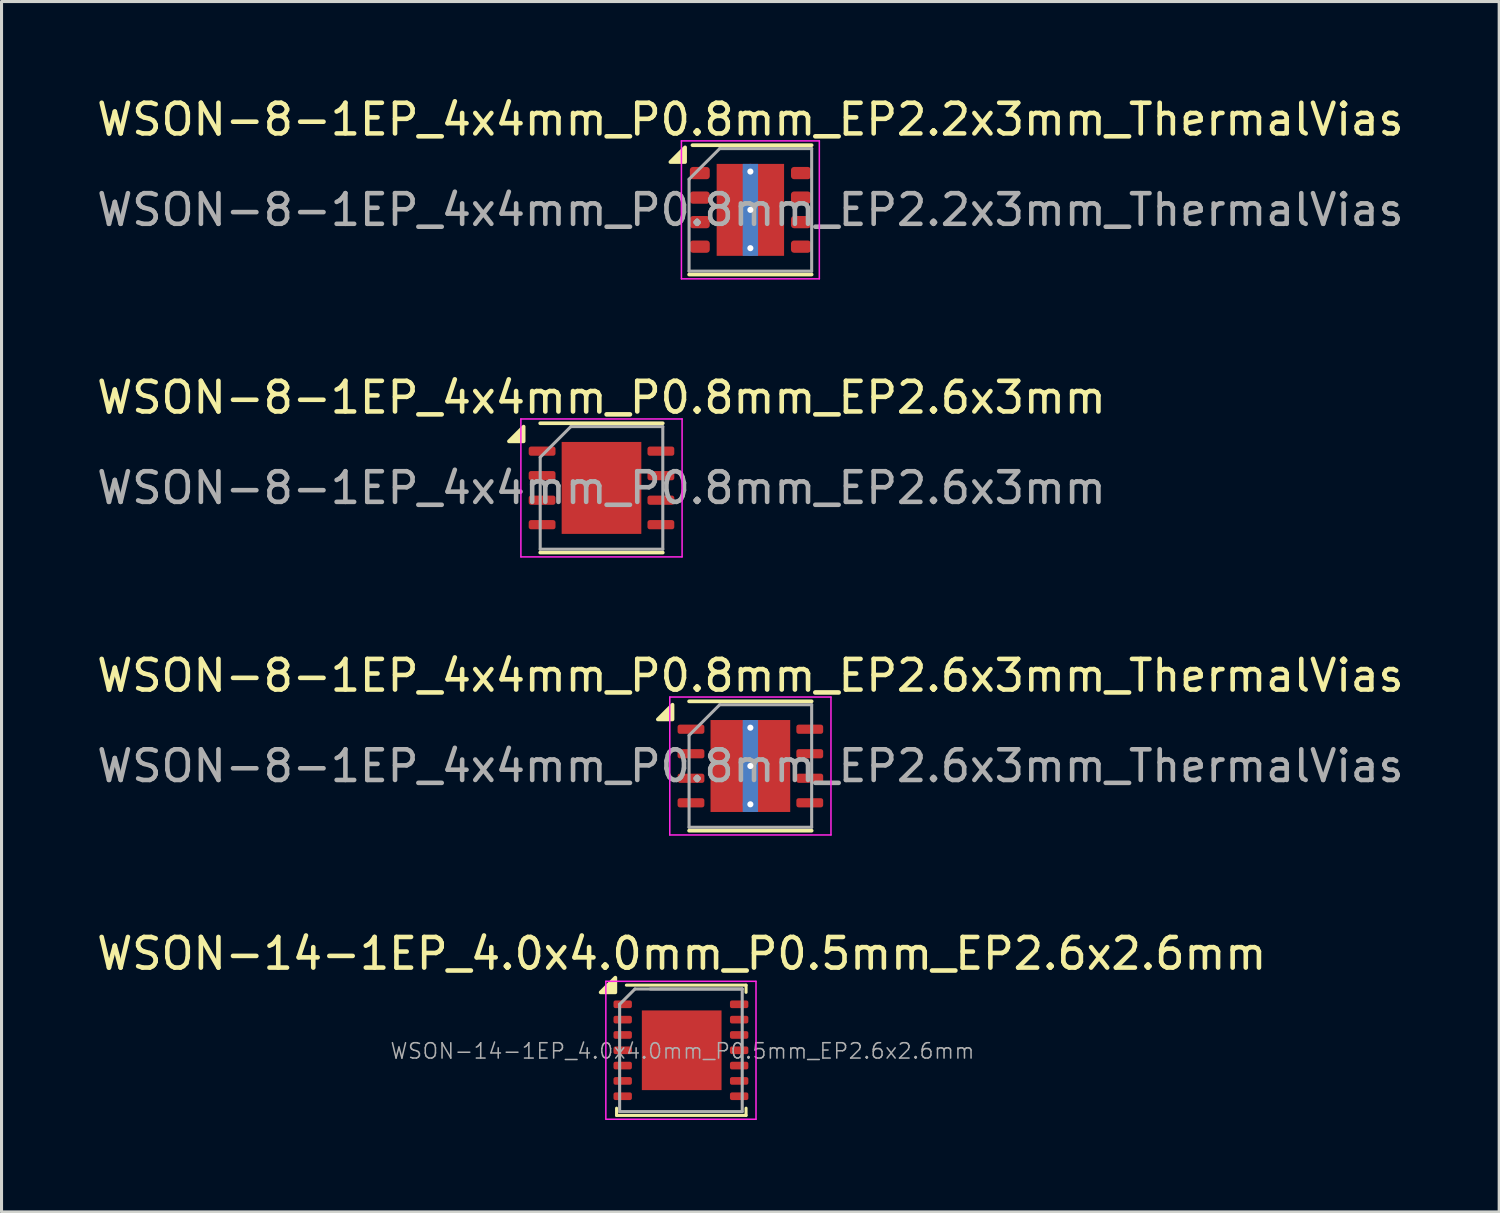
<source format=kicad_pcb>
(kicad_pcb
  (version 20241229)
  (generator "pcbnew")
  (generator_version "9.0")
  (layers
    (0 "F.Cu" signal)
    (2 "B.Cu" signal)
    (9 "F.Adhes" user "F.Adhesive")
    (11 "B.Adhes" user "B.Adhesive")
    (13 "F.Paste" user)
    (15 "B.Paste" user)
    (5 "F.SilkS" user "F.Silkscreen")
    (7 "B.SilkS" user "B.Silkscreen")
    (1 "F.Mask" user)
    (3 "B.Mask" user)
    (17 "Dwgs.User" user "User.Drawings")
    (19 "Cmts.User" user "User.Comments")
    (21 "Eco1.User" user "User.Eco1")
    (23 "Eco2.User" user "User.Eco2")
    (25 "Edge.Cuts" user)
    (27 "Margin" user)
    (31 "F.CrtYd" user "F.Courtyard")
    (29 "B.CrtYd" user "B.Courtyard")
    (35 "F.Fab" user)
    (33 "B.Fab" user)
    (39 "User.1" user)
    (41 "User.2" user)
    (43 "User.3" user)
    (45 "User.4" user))
  (footprint "WSON-8-1EP_4x4mm_P0.8mm_EP2.6x3mm_ThermalVias"
    (layer "F.Cu")
    (at 21.435 21.945)
    (property "Reference" "WSON-8-1EP_4x4mm_P0.8mm_EP2.6x3mm_ThermalVias" (at 0 -2.95 0) (layer "F.SilkS") (effects (font (size 1 1) (thickness 0.15))))
    (attr smd)
    (fp_line (start -2 -2.11) (end 2 -2.11) (stroke (width 0.12) (type solid)) (layer "F.SilkS"))
    (fp_line (start -2 2.11) (end 2 2.11) (stroke (width 0.12) (type solid)) (layer "F.SilkS"))
    (fp_poly (pts (xy -2.54 -1.52) (xy -3.02 -1.52) (xy -2.54 -2) (xy -2.54 -1.52)) (stroke (width 0.12) (type solid)) (fill yes) (layer "F.SilkS"))
    (fp_line (start -2.63 -2.25) (end -2.63 2.25) (stroke (width 0.05) (type solid)) (layer "F.CrtYd"))
    (fp_line (start -2.63 2.25) (end 2.63 2.25) (stroke (width 0.05) (type solid)) (layer "F.CrtYd"))
    (fp_line (start 2.63 -2.25) (end -2.63 -2.25) (stroke (width 0.05) (type solid)) (layer "F.CrtYd"))
    (fp_line (start 2.63 2.25) (end 2.63 -2.25) (stroke (width 0.05) (type solid)) (layer "F.CrtYd"))
    (fp_line (start -2 -1) (end -1 -2) (stroke (width 0.1) (type solid)) (layer "F.Fab"))
    (fp_line (start -2 2) (end -2 -1) (stroke (width 0.1) (type solid)) (layer "F.Fab"))
    (fp_line (start -1 -2) (end 2 -2) (stroke (width 0.1) (type solid)) (layer "F.Fab"))
    (fp_line (start 2 -2) (end 2 2) (stroke (width 0.1) (type solid)) (layer "F.Fab"))
    (fp_line (start 2 2) (end -2 2) (stroke (width 0.1) (type solid)) (layer "F.Fab"))
    (fp_text user "${REFERENCE}" (at 0 0 0) (layer "F.Fab") (effects (font (size 1 1) (thickness 0.15))))
    (pad "" smd roundrect (at -0.65 -0.625) (size 1.048 1.008) (layers "F.Paste") (roundrect_rratio 0.248))
    (pad "" smd roundrect (at -0.65 0.625) (size 1.048 1.008) (layers "F.Paste") (roundrect_rratio 0.248))
    (pad "" smd roundrect (at 0.65 -0.625) (size 1.048 1.008) (layers "F.Paste") (roundrect_rratio 0.248))
    (pad "" smd roundrect (at 0.65 0.625) (size 1.048 1.008) (layers "F.Paste") (roundrect_rratio 0.248))
    (pad "1" smd roundrect (at -1.938 -1.2) (size 0.875 0.3) (layers "F.Cu" "F.Mask" "F.Paste") (roundrect_rratio 0.25))
    (pad "2" smd roundrect (at -1.938 -0.4) (size 0.875 0.3) (layers "F.Cu" "F.Mask" "F.Paste") (roundrect_rratio 0.25))
    (pad "3" smd roundrect (at -1.938 0.4) (size 0.875 0.3) (layers "F.Cu" "F.Mask" "F.Paste") (roundrect_rratio 0.25))
    (pad "4" smd roundrect (at -1.938 1.2) (size 0.875 0.3) (layers "F.Cu" "F.Mask" "F.Paste") (roundrect_rratio 0.25))
    (pad "5" smd roundrect (at 1.938 1.2) (size 0.875 0.3) (layers "F.Cu" "F.Mask" "F.Paste") (roundrect_rratio 0.25))
    (pad "6" smd roundrect (at 1.938 0.4) (size 0.875 0.3) (layers "F.Cu" "F.Mask" "F.Paste") (roundrect_rratio 0.25))
    (pad "7" smd roundrect (at 1.938 -0.4) (size 0.875 0.3) (layers "F.Cu" "F.Mask" "F.Paste") (roundrect_rratio 0.25))
    (pad "8" smd roundrect (at 1.938 -1.2) (size 0.875 0.3) (layers "F.Cu" "F.Mask" "F.Paste") (roundrect_rratio 0.25))
    (pad "9" thru_hole circle (at 0 -1.25) (size 0.5 0.5) (drill 0.2) (property pad_prop_heatsink) (layers "*.Cu"))
    (pad "9" thru_hole circle (at 0 0) (size 0.5 0.5) (drill 0.2) (property pad_prop_heatsink) (layers "*.Cu"))
    (pad "9" smd rect (at 0 0) (size 0.5 3) (property pad_prop_heatsink) (layers "B.Cu"))
    (pad "9" smd rect (at 0 0) (size 2.6 3) (property pad_prop_heatsink) (layers "F.Cu" "F.Mask"))
    (pad "9" thru_hole circle (at 0 1.25) (size 0.5 0.5) (drill 0.2) (property pad_prop_heatsink) (layers "*.Cu")))
  (footprint "WSON-8-1EP_4x4mm_P0.8mm_EP2.2x3mm_ThermalVias"
    (layer "F.Cu")
    (at 21.435 3.798)
    (property "Reference" "WSON-8-1EP_4x4mm_P0.8mm_EP2.2x3mm_ThermalVias" (at 0 -2.95 0) (layer "F.SilkS") (effects (font (size 1 1) (thickness 0.15))))
    (attr smd)
    (fp_line (start -2 2.11) (end 2 2.11) (stroke (width 0.12) (type solid)) (layer "F.SilkS"))
    (fp_line (start -1.89 -2.11) (end 2 -2.11) (stroke (width 0.12) (type solid)) (layer "F.SilkS"))
    (fp_poly (pts (xy -2.13 -1.56) (xy -2.61 -1.56) (xy -2.13 -2.04) (xy -2.13 -1.56)) (stroke (width 0.12) (type solid)) (fill yes) (layer "F.SilkS"))
    (fp_line (start -2.25 -2.25) (end -2.25 2.25) (stroke (width 0.05) (type solid)) (layer "F.CrtYd"))
    (fp_line (start -2.25 2.25) (end 2.25 2.25) (stroke (width 0.05) (type solid)) (layer "F.CrtYd"))
    (fp_line (start 2.25 -2.25) (end -2.25 -2.25) (stroke (width 0.05) (type solid)) (layer "F.CrtYd"))
    (fp_line (start 2.25 2.25) (end 2.25 -2.25) (stroke (width 0.05) (type solid)) (layer "F.CrtYd"))
    (fp_line (start -2 -1) (end -1 -2) (stroke (width 0.1) (type solid)) (layer "F.Fab"))
    (fp_line (start -2 2) (end -2 -1) (stroke (width 0.1) (type solid)) (layer "F.Fab"))
    (fp_line (start -1 -2) (end 2 -2) (stroke (width 0.1) (type solid)) (layer "F.Fab"))
    (fp_line (start 2 -2) (end 2 2) (stroke (width 0.1) (type solid)) (layer "F.Fab"))
    (fp_line (start 2 2) (end -2 2) (stroke (width 0.1) (type solid)) (layer "F.Fab"))
    (fp_text user "${REFERENCE}" (at 0 0 0) (layer "F.Fab") (effects (font (size 1 1) (thickness 0.15))))
    (pad "" smd roundrect (at -0.55 -0.625) (size 0.887 1.008) (layers "F.Paste") (roundrect_rratio 0.25))
    (pad "" smd roundrect (at -0.55 0.625) (size 0.887 1.008) (layers "F.Paste") (roundrect_rratio 0.25))
    (pad "" smd roundrect (at 0.55 -0.625) (size 0.887 1.008) (layers "F.Paste") (roundrect_rratio 0.25))
    (pad "" smd roundrect (at 0.55 0.625) (size 0.887 1.008) (layers "F.Paste") (roundrect_rratio 0.25))
    (pad "1" smd roundrect (at -1.65 -1.2) (size 0.65 0.4) (layers "F.Cu" "F.Mask" "F.Paste") (roundrect_rratio 0.25))
    (pad "2" smd roundrect (at -1.65 -0.4) (size 0.65 0.4) (layers "F.Cu" "F.Mask" "F.Paste") (roundrect_rratio 0.25))
    (pad "3" smd roundrect (at -1.65 0.4) (size 0.65 0.4) (layers "F.Cu" "F.Mask" "F.Paste") (roundrect_rratio 0.25))
    (pad "4" smd roundrect (at -1.65 1.2) (size 0.65 0.4) (layers "F.Cu" "F.Mask" "F.Paste") (roundrect_rratio 0.25))
    (pad "5" smd roundrect (at 1.65 1.2) (size 0.65 0.4) (layers "F.Cu" "F.Mask" "F.Paste") (roundrect_rratio 0.25))
    (pad "6" smd roundrect (at 1.65 0.4) (size 0.65 0.4) (layers "F.Cu" "F.Mask" "F.Paste") (roundrect_rratio 0.25))
    (pad "7" smd roundrect (at 1.65 -0.4) (size 0.65 0.4) (layers "F.Cu" "F.Mask" "F.Paste") (roundrect_rratio 0.25))
    (pad "8" smd roundrect (at 1.65 -1.2) (size 0.65 0.4) (layers "F.Cu" "F.Mask" "F.Paste") (roundrect_rratio 0.25))
    (pad "9" thru_hole circle (at 0 -1.25) (size 0.5 0.5) (drill 0.2) (property pad_prop_heatsink) (layers "*.Cu"))
    (pad "9" thru_hole circle (at 0 0) (size 0.5 0.5) (drill 0.2) (property pad_prop_heatsink) (layers "*.Cu"))
    (pad "9" smd rect (at 0 0) (size 0.5 3) (property pad_prop_heatsink) (layers "B.Cu"))
    (pad "9" smd rect (at 0 0) (size 2.2 3) (property pad_prop_heatsink) (layers "F.Cu" "F.Mask"))
    (pad "9" thru_hole circle (at 0 1.25) (size 0.5 0.5) (drill 0.2) (property pad_prop_heatsink) (layers "*.Cu")))
  (footprint "WSON-14-1EP_4.0x4.0mm_P0.5mm_EP2.6x2.6mm"
    (layer "F.Cu")
    (at 19.169 31.221)
    (property "Reference" "WSON-14-1EP_4.0x4.0mm_P0.5mm_EP2.6x2.6mm" (at 0.027 -3.153 0) (layer "F.SilkS") (effects (font (size 1 1) (thickness 0.15))))
    (attr smd)
    (fp_line (start -2.1 1.89) (end -2.1 2.125) (stroke (width 0.1) (type solid)) (layer "F.SilkS"))
    (fp_line (start 2.125 -2.125) (end -1.78 -2.125) (stroke (width 0.1) (type solid)) (layer "F.SilkS"))
    (fp_line (start 2.125 -2.125) (end 2.125 -1.89) (stroke (width 0.1) (type solid)) (layer "F.SilkS"))
    (fp_line (start 2.125 1.89) (end 2.125 2.125) (stroke (width 0.1) (type solid)) (layer "F.SilkS"))
    (fp_line (start 2.125 2.125) (end -2.1 2.125) (stroke (width 0.1) (type solid)) (layer "F.SilkS"))
    (fp_poly (pts (xy -2.14 -1.89) (xy -2.62 -1.89) (xy -2.14 -2.37) (xy -2.14 -1.89)) (stroke (width 0.12) (type solid)) (fill yes) (layer "F.SilkS"))
    (fp_line (start -2.45 -2.25) (end 2.45 -2.25) (stroke (width 0.05) (type solid)) (layer "F.CrtYd"))
    (fp_line (start -2.45 2.25) (end -2.45 -2.25) (stroke (width 0.05) (type solid)) (layer "F.CrtYd"))
    (fp_line (start 2.45 -2.25) (end 2.45 2.25) (stroke (width 0.05) (type solid)) (layer "F.CrtYd"))
    (fp_line (start 2.45 2.25) (end -2.44 2.25) (stroke (width 0.05) (type solid)) (layer "F.CrtYd"))
    (fp_line (start -2 -1.5) (end -2 2) (stroke (width 0.1) (type solid)) (layer "F.Fab"))
    (fp_line (start -2 -1.5) (end -1.5 -2) (stroke (width 0.1) (type solid)) (layer "F.Fab"))
    (fp_line (start -2 2) (end 2 2) (stroke (width 0.1) (type solid)) (layer "F.Fab"))
    (fp_line (start -1 -2) (end 2 -2) (stroke (width 0.1) (type solid)) (layer "F.Fab"))
    (fp_line (start 2 -2) (end -1.5 -2) (stroke (width 0.1) (type solid)) (layer "F.Fab"))
    (fp_line (start 2 2) (end 2 -2) (stroke (width 0.1) (type solid)) (layer "F.Fab"))
    (fp_text user "${REFERENCE}" (at 0.05 0.025 0) (layer "F.Fab") (effects (font (size 0.5 0.5) (thickness 0.05))))
    (pad "" smd rect (at -0.65 -0.65 270) (size 1.05 1.05) (layers "F.Paste"))
    (pad "" smd rect (at -0.65 0.65 270) (size 1.05 1.05) (layers "F.Paste"))
    (pad "" smd rect (at 0.65 -0.65 270) (size 1.05 1.05) (layers "F.Paste"))
    (pad "" smd rect (at 0.65 0.65 270) (size 1.05 1.05) (layers "F.Paste"))
    (pad "1" smd roundrect (at -1.9 -1.5 270) (size 0.25 0.6) (layers "F.Cu" "F.Mask" "F.Paste") (roundrect_rratio 0.25))
    (pad "2" smd roundrect (at -1.9 -1 270) (size 0.25 0.6) (layers "F.Cu" "F.Mask" "F.Paste") (roundrect_rratio 0.25))
    (pad "3" smd roundrect (at -1.9 -0.5 270) (size 0.25 0.6) (layers "F.Cu" "F.Mask" "F.Paste") (roundrect_rratio 0.25))
    (pad "4" smd roundrect (at -1.9 0 270) (size 0.25 0.6) (layers "F.Cu" "F.Mask" "F.Paste") (roundrect_rratio 0.25))
    (pad "5" smd roundrect (at -1.9 0.5 270) (size 0.25 0.6) (layers "F.Cu" "F.Mask" "F.Paste") (roundrect_rratio 0.25))
    (pad "6" smd roundrect (at -1.9 1 270) (size 0.25 0.6) (layers "F.Cu" "F.Mask" "F.Paste") (roundrect_rratio 0.25))
    (pad "7" smd roundrect (at -1.9 1.5 270) (size 0.25 0.6) (layers "F.Cu" "F.Mask" "F.Paste") (roundrect_rratio 0.25))
    (pad "8" smd roundrect (at 1.9 1.5 270) (size 0.25 0.6) (layers "F.Cu" "F.Mask" "F.Paste") (roundrect_rratio 0.25))
    (pad "9" smd roundrect (at 1.9 1 270) (size 0.25 0.6) (layers "F.Cu" "F.Mask" "F.Paste") (roundrect_rratio 0.25))
    (pad "10" smd roundrect (at 1.9 0.5 270) (size 0.25 0.6) (layers "F.Cu" "F.Mask" "F.Paste") (roundrect_rratio 0.25))
    (pad "11" smd roundrect (at 1.9 0 270) (size 0.25 0.6) (layers "F.Cu" "F.Mask" "F.Paste") (roundrect_rratio 0.25))
    (pad "12" smd roundrect (at 1.9 -0.5 270) (size 0.25 0.6) (layers "F.Cu" "F.Mask" "F.Paste") (roundrect_rratio 0.25))
    (pad "13" smd roundrect (at 1.9 -1 270) (size 0.25 0.6) (layers "F.Cu" "F.Mask" "F.Paste") (roundrect_rratio 0.25))
    (pad "14" smd roundrect (at 1.9 -1.5 270) (size 0.25 0.6) (layers "F.Cu" "F.Mask" "F.Paste") (roundrect_rratio 0.25))
    (pad "15" smd rect (at 0.025 0 270) (size 2.6 2.6) (layers "F.Cu" "F.Mask")))
  (footprint "WSON-8-1EP_4x4mm_P0.8mm_EP2.6x3mm"
    (layer "F.Cu")
    (at 16.577 12.871)
    (property "Reference" "WSON-8-1EP_4x4mm_P0.8mm_EP2.6x3mm" (at 0 -2.95 0) (layer "F.SilkS") (effects (font (size 1 1) (thickness 0.15))))
    (attr smd)
    (fp_line (start -2 -2.11) (end 2 -2.11) (stroke (width 0.12) (type solid)) (layer "F.SilkS"))
    (fp_line (start -2 2.11) (end 2 2.11) (stroke (width 0.12) (type solid)) (layer "F.SilkS"))
    (fp_poly (pts (xy -2.54 -1.52) (xy -3.02 -1.52) (xy -2.54 -2) (xy -2.54 -1.52)) (stroke (width 0.12) (type solid)) (fill yes) (layer "F.SilkS"))
    (fp_line (start -2.63 -2.25) (end -2.63 2.25) (stroke (width 0.05) (type solid)) (layer "F.CrtYd"))
    (fp_line (start -2.63 2.25) (end 2.63 2.25) (stroke (width 0.05) (type solid)) (layer "F.CrtYd"))
    (fp_line (start 2.63 -2.25) (end -2.63 -2.25) (stroke (width 0.05) (type solid)) (layer "F.CrtYd"))
    (fp_line (start 2.63 2.25) (end 2.63 -2.25) (stroke (width 0.05) (type solid)) (layer "F.CrtYd"))
    (fp_line (start -2 -1) (end -1 -2) (stroke (width 0.1) (type solid)) (layer "F.Fab"))
    (fp_line (start -2 2) (end -2 -1) (stroke (width 0.1) (type solid)) (layer "F.Fab"))
    (fp_line (start -1 -2) (end 2 -2) (stroke (width 0.1) (type solid)) (layer "F.Fab"))
    (fp_line (start 2 -2) (end 2 2) (stroke (width 0.1) (type solid)) (layer "F.Fab"))
    (fp_line (start 2 2) (end -2 2) (stroke (width 0.1) (type solid)) (layer "F.Fab"))
    (fp_text user "${REFERENCE}" (at 0 0 0) (layer "F.Fab") (effects (font (size 1 1) (thickness 0.15))))
    (pad "" smd roundrect (at -0.65 -0.75) (size 1.05 1.21) (layers "F.Paste") (roundrect_rratio 0.238))
    (pad "" smd roundrect (at -0.65 0.75) (size 1.05 1.21) (layers "F.Paste") (roundrect_rratio 0.238))
    (pad "" smd roundrect (at 0.65 -0.75) (size 1.05 1.21) (layers "F.Paste") (roundrect_rratio 0.238))
    (pad "" smd roundrect (at 0.65 0.75) (size 1.05 1.21) (layers "F.Paste") (roundrect_rratio 0.238))
    (pad "1" smd roundrect (at -1.938 -1.2) (size 0.875 0.3) (layers "F.Cu" "F.Mask" "F.Paste") (roundrect_rratio 0.25))
    (pad "2" smd roundrect (at -1.938 -0.4) (size 0.875 0.3) (layers "F.Cu" "F.Mask" "F.Paste") (roundrect_rratio 0.25))
    (pad "3" smd roundrect (at -1.938 0.4) (size 0.875 0.3) (layers "F.Cu" "F.Mask" "F.Paste") (roundrect_rratio 0.25))
    (pad "4" smd roundrect (at -1.938 1.2) (size 0.875 0.3) (layers "F.Cu" "F.Mask" "F.Paste") (roundrect_rratio 0.25))
    (pad "5" smd roundrect (at 1.938 1.2) (size 0.875 0.3) (layers "F.Cu" "F.Mask" "F.Paste") (roundrect_rratio 0.25))
    (pad "6" smd roundrect (at 1.938 0.4) (size 0.875 0.3) (layers "F.Cu" "F.Mask" "F.Paste") (roundrect_rratio 0.25))
    (pad "7" smd roundrect (at 1.938 -0.4) (size 0.875 0.3) (layers "F.Cu" "F.Mask" "F.Paste") (roundrect_rratio 0.25))
    (pad "8" smd roundrect (at 1.938 -1.2) (size 0.875 0.3) (layers "F.Cu" "F.Mask" "F.Paste") (roundrect_rratio 0.25))
    (pad "9" smd rect (at 0 0) (size 2.6 3) (property pad_prop_heatsink) (layers "F.Cu" "F.Mask")))
  (gr_rect
    (start -3 -3)
    (end 45.869 36.496)
    (stroke (width 0.1) (type default))
    (fill no)
    (layer "Edge.Cuts")))
</source>
